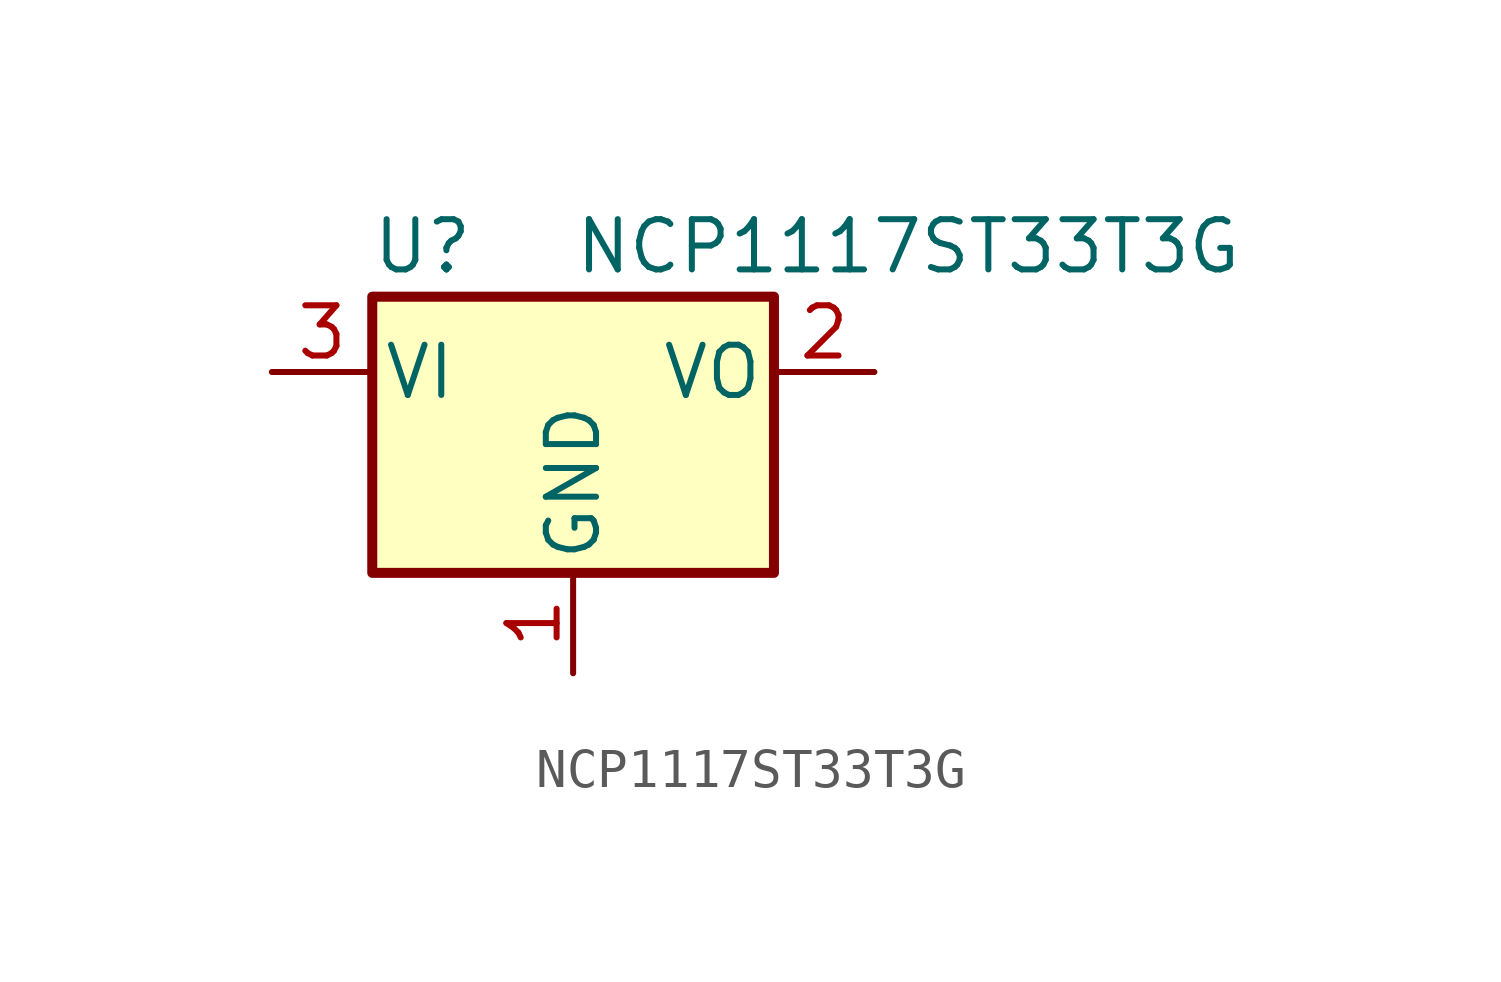
<source format=kicad_sym>
(kicad_symbol_lib
  (version 20241209)
  (generator "kicad_symbol_editor")
  (generator_version "9.0")
  (symbol "NCP1117ST33T3G"
    (pin_names
      (offset 0.254))
    (property "Reference" "U"
      (at -3.81 3.175 0)
      (effects (font (size 1.27 1.27))))
    (property "Value" "NCP1117ST33T3G"
      (at 0 3.175 0)
      (effects (font (size 1.27 1.27)) (justify left)))
    (symbol "NCP1117ST33T3G_0_1"
      (rectangle (start -5.08 -5.08) (end 5.08 1.905) (stroke (width 0.254) (type default)) (fill (type background))))
    (symbol "NCP1117ST33T3G_1_1"
      (pin power_in line (at -7.62 0 0) (length 2.54) (name "VI" (effects (font (size 1.27 1.27)))) (number "3" (effects (font (size 1.27 1.27)))))
      (pin power_in line (at 0 -7.62 90) (length 2.54) (name "GND" (effects (font (size 1.27 1.27)))) (number "1" (effects (font (size 1.27 1.27)))))
      (pin power_out line (at 7.62 0 180) (length 2.54) (name "VO" (effects (font (size 1.27 1.27)))) (number "2" (effects (font (size 1.27 1.27))))))))
</source>
